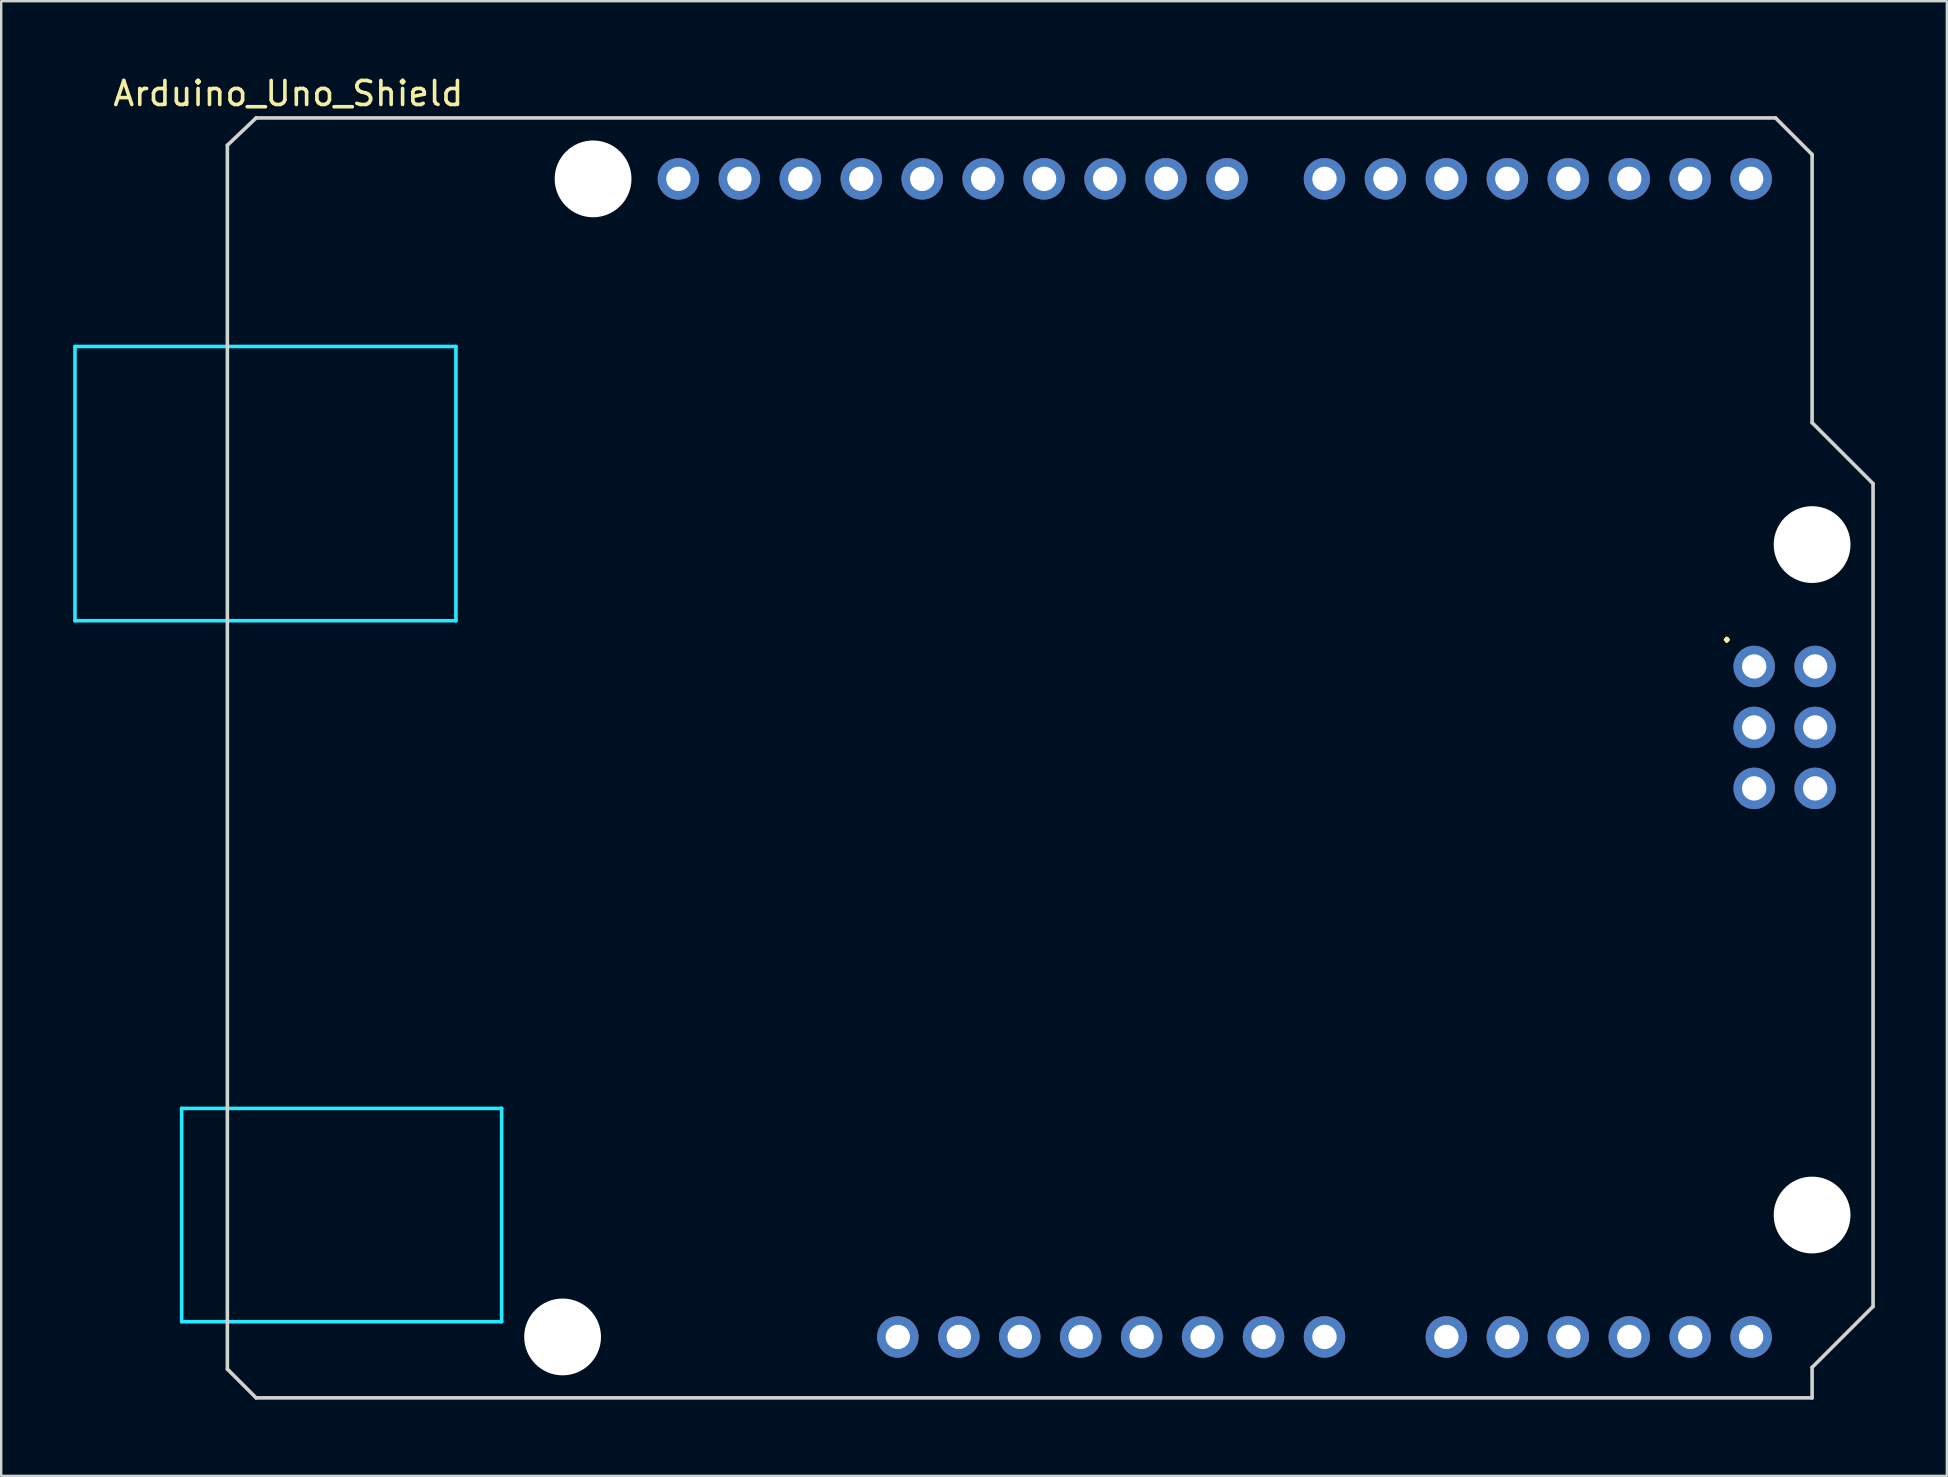
<source format=kicad_pcb>
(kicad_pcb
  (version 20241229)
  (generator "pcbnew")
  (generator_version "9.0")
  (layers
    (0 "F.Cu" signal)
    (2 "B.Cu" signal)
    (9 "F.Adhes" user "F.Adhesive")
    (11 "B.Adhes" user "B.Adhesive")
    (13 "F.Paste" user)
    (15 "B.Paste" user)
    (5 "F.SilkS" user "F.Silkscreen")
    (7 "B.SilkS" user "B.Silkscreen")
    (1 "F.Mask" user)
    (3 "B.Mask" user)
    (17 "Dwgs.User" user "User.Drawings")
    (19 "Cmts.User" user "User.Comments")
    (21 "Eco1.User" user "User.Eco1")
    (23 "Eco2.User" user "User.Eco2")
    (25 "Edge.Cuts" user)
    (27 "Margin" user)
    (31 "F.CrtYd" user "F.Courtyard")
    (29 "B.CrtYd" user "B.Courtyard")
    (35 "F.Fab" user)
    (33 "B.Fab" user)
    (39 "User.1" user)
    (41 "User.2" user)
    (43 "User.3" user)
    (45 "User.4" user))
  (footprint "Arduino_Uno_Shield"
    (layer "F.Cu")
    (at 6.425 55.204)
    (property "Reference" "Arduino_Uno_Shield" (at 2.54 -54.356 0) (layer "F.SilkS") (effects (font (size 1 1) (thickness 0.15))))
    (attr through_hole)
    (fp_line (start 0 -52.2) (end 0 -1.2) (stroke (width 0.15) (type solid)) (layer "Edge.Cuts"))
    (fp_line (start 0 -52.2) (end 1.2 -53.34) (stroke (width 0.15) (type solid)) (layer "Edge.Cuts"))
    (fp_line (start 0 -1.2) (end 1.2 0) (stroke (width 0.15) (type solid)) (layer "Edge.Cuts"))
    (fp_line (start 1.2 -53.34) (end 64.516 -53.34) (stroke (width 0.15) (type solid)) (layer "Edge.Cuts"))
    (fp_line (start 1.2 0) (end 66.04 0) (stroke (width 0.15) (type solid)) (layer "Edge.Cuts"))
    (fp_line (start 64.516 -53.34) (end 66.04 -51.816) (stroke (width 0.15) (type solid)) (layer "Edge.Cuts"))
    (fp_line (start 66.04 -40.64) (end 66.04 -51.816) (stroke (width 0.15) (type solid)) (layer "Edge.Cuts"))
    (fp_line (start 66.04 -1.27) (end 68.58 -3.81) (stroke (width 0.15) (type solid)) (layer "Edge.Cuts"))
    (fp_line (start 66.04 0) (end 66.04 -1.27) (stroke (width 0.15) (type solid)) (layer "Edge.Cuts"))
    (fp_line (start 68.58 -38.1) (end 66.04 -40.64) (stroke (width 0.15) (type solid)) (layer "Edge.Cuts"))
    (fp_line (start 68.58 -3.81) (end 68.58 -38.1) (stroke (width 0.15) (type solid)) (layer "Edge.Cuts"))
    (fp_line (start -6.35 -43.815) (end -6.35 -32.385) (stroke (width 0.15) (type solid)) (layer "B.CrtYd"))
    (fp_line (start -1.905 -12.065) (end -1.905 -3.175) (stroke (width 0.15) (type solid)) (layer "B.CrtYd"))
    (fp_line (start -1.905 -12.065) (end 11.43 -12.065) (stroke (width 0.15) (type solid)) (layer "B.CrtYd"))
    (fp_line (start -1.905 -3.175) (end 11.43 -3.175) (stroke (width 0.15) (type solid)) (layer "B.CrtYd"))
    (fp_line (start 9.525 -43.815) (end -6.35 -43.815) (stroke (width 0.15) (type solid)) (layer "B.CrtYd"))
    (fp_line (start 9.525 -43.815) (end 9.525 -32.385) (stroke (width 0.15) (type solid)) (layer "B.CrtYd"))
    (fp_line (start 9.525 -32.385) (end -6.35 -32.385) (stroke (width 0.15) (type solid)) (layer "B.CrtYd"))
    (fp_line (start 11.43 -12.065) (end 11.43 -3.175) (stroke (width 0.15) (type solid)) (layer "B.CrtYd"))
    (fp_text user "." (at 62.484 -32.004 0) (layer "F.SilkS") (effects (font (size 1 1) (thickness 0.15))))
    (pad "" np_thru_hole circle (at 13.97 -2.54) (size 3.2 3.2) (drill 3.2) (layers "*.Cu" "*.Mask"))
    (pad "" np_thru_hole circle (at 15.24 -50.8) (size 3.2 3.2) (drill 3.2) (layers "*.Cu" "*.Mask"))
    (pad "" thru_hole oval (at 27.94 -2.54) (size 1.727 1.727) (drill 1.016) (layers "*.Cu" "*.Mask"))
    (pad "" np_thru_hole circle (at 66.04 -35.56) (size 3.2 3.2) (drill 3.2) (layers "*.Cu" "*.Mask"))
    (pad "" np_thru_hole circle (at 66.04 -7.62) (size 3.2 3.2) (drill 3.2) (layers "*.Cu" "*.Mask"))
    (pad "3V3" thru_hole oval (at 35.56 -2.54) (size 1.727 1.727) (drill 1.016) (layers "*.Cu" "*.Mask"))
    (pad "5V1" thru_hole oval (at 38.1 -2.54) (size 1.727 1.727) (drill 1.016) (layers "*.Cu" "*.Mask"))
    (pad "5V2" thru_hole oval (at 66.167 -30.48) (size 1.727 1.727) (drill 1.016) (layers "*.Cu" "*.Mask"))
    (pad "A0" thru_hole oval (at 50.8 -2.54) (size 1.727 1.727) (drill 1.016) (layers "*.Cu" "*.Mask"))
    (pad "A1" thru_hole oval (at 53.34 -2.54) (size 1.727 1.727) (drill 1.016) (layers "*.Cu" "*.Mask"))
    (pad "A2" thru_hole oval (at 55.88 -2.54) (size 1.727 1.727) (drill 1.016) (layers "*.Cu" "*.Mask"))
    (pad "A3" thru_hole oval (at 58.42 -2.54) (size 1.727 1.727) (drill 1.016) (layers "*.Cu" "*.Mask"))
    (pad "A4" thru_hole oval (at 60.96 -2.54) (size 1.727 1.727) (drill 1.016) (layers "*.Cu" "*.Mask"))
    (pad "A5" thru_hole oval (at 63.5 -2.54) (size 1.727 1.727) (drill 1.016) (layers "*.Cu" "*.Mask"))
    (pad "AREF" thru_hole oval (at 23.876 -50.8) (size 1.727 1.727) (drill 1.016) (layers "*.Cu" "*.Mask"))
    (pad "D0" thru_hole oval (at 63.5 -50.8) (size 1.727 1.727) (drill 1.016) (layers "*.Cu" "*.Mask"))
    (pad "D1" thru_hole oval (at 60.96 -50.8) (size 1.727 1.727) (drill 1.016) (layers "*.Cu" "*.Mask"))
    (pad "D2" thru_hole oval (at 58.42 -50.8) (size 1.727 1.727) (drill 1.016) (layers "*.Cu" "*.Mask"))
    (pad "D3" thru_hole oval (at 55.88 -50.8) (size 1.727 1.727) (drill 1.016) (layers "*.Cu" "*.Mask"))
    (pad "D4" thru_hole oval (at 53.34 -50.8) (size 1.727 1.727) (drill 1.016) (layers "*.Cu" "*.Mask"))
    (pad "D5" thru_hole oval (at 50.8 -50.8) (size 1.727 1.727) (drill 1.016) (layers "*.Cu" "*.Mask"))
    (pad "D6" thru_hole oval (at 48.26 -50.8) (size 1.727 1.727) (drill 1.016) (layers "*.Cu" "*.Mask"))
    (pad "D7" thru_hole oval (at 45.72 -50.8) (size 1.727 1.727) (drill 1.016) (layers "*.Cu" "*.Mask"))
    (pad "D8" thru_hole oval (at 41.656 -50.8) (size 1.727 1.727) (drill 1.016) (layers "*.Cu" "*.Mask"))
    (pad "D9" thru_hole oval (at 39.116 -50.8) (size 1.727 1.727) (drill 1.016) (layers "*.Cu" "*.Mask"))
    (pad "D10" thru_hole oval (at 36.576 -50.8) (size 1.727 1.727) (drill 1.016) (layers "*.Cu" "*.Mask"))
    (pad "D11" thru_hole oval (at 34.036 -50.8) (size 1.727 1.727) (drill 1.016) (layers "*.Cu" "*.Mask"))
    (pad "D12" thru_hole oval (at 31.496 -50.8) (size 1.727 1.727) (drill 1.016) (layers "*.Cu" "*.Mask"))
    (pad "D13" thru_hole oval (at 28.956 -50.8) (size 1.727 1.727) (drill 1.016) (layers "*.Cu" "*.Mask"))
    (pad "GND1" thru_hole oval (at 26.416 -50.8) (size 1.727 1.727) (drill 1.016) (layers "*.Cu" "*.Mask"))
    (pad "GND2" thru_hole oval (at 40.64 -2.54) (size 1.727 1.727) (drill 1.016) (layers "*.Cu" "*.Mask"))
    (pad "GND3" thru_hole oval (at 43.18 -2.54) (size 1.727 1.727) (drill 1.016) (layers "*.Cu" "*.Mask"))
    (pad "GND4" thru_hole oval (at 66.167 -25.4) (size 1.727 1.727) (drill 1.016) (layers "*.Cu" "*.Mask"))
    (pad "IORF" thru_hole oval (at 30.48 -2.54) (size 1.727 1.727) (drill 1.016) (layers "*.Cu" "*.Mask"))
    (pad "MISO" thru_hole oval (at 63.627 -30.48) (size 1.727 1.727) (drill 1.016) (layers "*.Cu" "*.Mask"))
    (pad "MOSI" thru_hole oval (at 66.167 -27.94) (size 1.727 1.727) (drill 1.016) (layers "*.Cu" "*.Mask"))
    (pad "RST1" thru_hole oval (at 33.02 -2.54) (size 1.727 1.727) (drill 1.016) (layers "*.Cu" "*.Mask"))
    (pad "RST2" thru_hole oval (at 63.627 -25.4) (size 1.727 1.727) (drill 1.016) (layers "*.Cu" "*.Mask"))
    (pad "SCK" thru_hole oval (at 63.627 -27.94) (size 1.727 1.727) (drill 1.016) (layers "*.Cu" "*.Mask"))
    (pad "SCL" thru_hole oval (at 18.796 -50.8) (size 1.727 1.727) (drill 1.016) (layers "*.Cu" "*.Mask"))
    (pad "SDA" thru_hole oval (at 21.336 -50.8) (size 1.727 1.727) (drill 1.016) (layers "*.Cu" "*.Mask"))
    (pad "VIN" thru_hole oval (at 45.72 -2.54) (size 1.727 1.727) (drill 1.016) (layers "*.Cu" "*.Mask")))
  (gr_rect
    (start -3 -3)
    (end 78.08 58.454)
    (stroke (width 0.1) (type default))
    (fill no)
    (layer "Edge.Cuts")))
</source>
